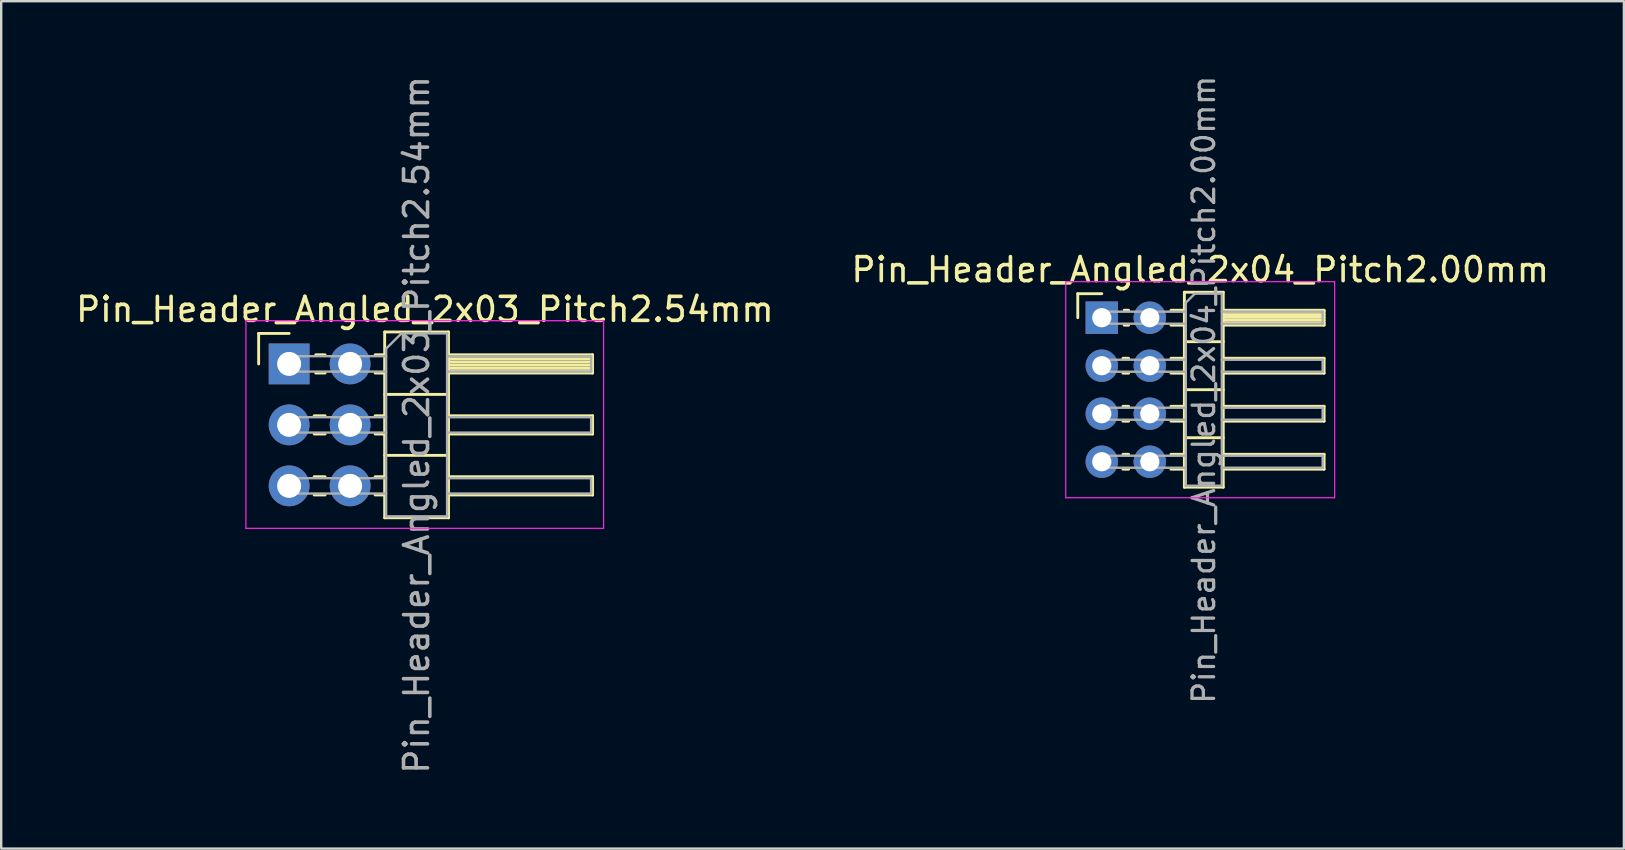
<source format=kicad_pcb>
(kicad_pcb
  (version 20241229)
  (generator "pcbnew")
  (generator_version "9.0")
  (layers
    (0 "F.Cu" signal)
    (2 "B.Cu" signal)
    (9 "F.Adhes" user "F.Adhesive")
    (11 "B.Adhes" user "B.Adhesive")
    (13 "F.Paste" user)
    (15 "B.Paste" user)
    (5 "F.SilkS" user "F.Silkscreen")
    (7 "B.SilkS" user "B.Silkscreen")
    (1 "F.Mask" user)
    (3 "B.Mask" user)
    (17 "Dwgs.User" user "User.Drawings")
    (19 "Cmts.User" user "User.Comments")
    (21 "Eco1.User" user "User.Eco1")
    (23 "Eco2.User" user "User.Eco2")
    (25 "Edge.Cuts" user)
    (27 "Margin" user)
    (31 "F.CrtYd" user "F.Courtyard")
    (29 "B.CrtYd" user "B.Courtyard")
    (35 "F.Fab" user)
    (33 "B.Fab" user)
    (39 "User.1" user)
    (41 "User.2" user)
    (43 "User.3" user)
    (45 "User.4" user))
  (footprint "Pin_Header_Angled_2x03_Pitch2.54mm"
    (layer "F.Cu")
    (at 8.994 12.109)
    (property "Reference" "Pin_Header_Angled_2x03_Pitch2.54mm" (at 5.655 -2.27 0) (layer "F.SilkS") (effects (font (size 1 1) (thickness 0.15))))
    (attr through_hole)
    (fp_line (start -1.27 -1.27) (end 0 -1.27) (stroke (width 0.12) (type solid)) (layer "F.SilkS"))
    (fp_line (start -1.27 0) (end -1.27 -1.27) (stroke (width 0.12) (type solid)) (layer "F.SilkS"))
    (fp_line (start 1.043 2.16) (end 1.497 2.16) (stroke (width 0.12) (type solid)) (layer "F.SilkS"))
    (fp_line (start 1.043 2.92) (end 1.497 2.92) (stroke (width 0.12) (type solid)) (layer "F.SilkS"))
    (fp_line (start 1.043 4.7) (end 1.497 4.7) (stroke (width 0.12) (type solid)) (layer "F.SilkS"))
    (fp_line (start 1.043 5.46) (end 1.497 5.46) (stroke (width 0.12) (type solid)) (layer "F.SilkS"))
    (fp_line (start 1.11 -0.38) (end 1.497 -0.38) (stroke (width 0.12) (type solid)) (layer "F.SilkS"))
    (fp_line (start 1.11 0.38) (end 1.497 0.38) (stroke (width 0.12) (type solid)) (layer "F.SilkS"))
    (fp_line (start 3.583 -0.38) (end 3.98 -0.38) (stroke (width 0.12) (type solid)) (layer "F.SilkS"))
    (fp_line (start 3.583 0.38) (end 3.98 0.38) (stroke (width 0.12) (type solid)) (layer "F.SilkS"))
    (fp_line (start 3.583 2.16) (end 3.98 2.16) (stroke (width 0.12) (type solid)) (layer "F.SilkS"))
    (fp_line (start 3.583 2.92) (end 3.98 2.92) (stroke (width 0.12) (type solid)) (layer "F.SilkS"))
    (fp_line (start 3.583 4.7) (end 3.98 4.7) (stroke (width 0.12) (type solid)) (layer "F.SilkS"))
    (fp_line (start 3.583 5.46) (end 3.98 5.46) (stroke (width 0.12) (type solid)) (layer "F.SilkS"))
    (fp_line (start 3.98 -1.33) (end 3.98 6.41) (stroke (width 0.12) (type solid)) (layer "F.SilkS"))
    (fp_line (start 3.98 1.27) (end 6.64 1.27) (stroke (width 0.12) (type solid)) (layer "F.SilkS"))
    (fp_line (start 3.98 3.81) (end 6.64 3.81) (stroke (width 0.12) (type solid)) (layer "F.SilkS"))
    (fp_line (start 3.98 6.41) (end 6.64 6.41) (stroke (width 0.12) (type solid)) (layer "F.SilkS"))
    (fp_line (start 6.64 -1.33) (end 3.98 -1.33) (stroke (width 0.12) (type solid)) (layer "F.SilkS"))
    (fp_line (start 6.64 -0.38) (end 12.64 -0.38) (stroke (width 0.12) (type solid)) (layer "F.SilkS"))
    (fp_line (start 6.64 -0.32) (end 12.64 -0.32) (stroke (width 0.12) (type solid)) (layer "F.SilkS"))
    (fp_line (start 6.64 -0.2) (end 12.64 -0.2) (stroke (width 0.12) (type solid)) (layer "F.SilkS"))
    (fp_line (start 6.64 -0.08) (end 12.64 -0.08) (stroke (width 0.12) (type solid)) (layer "F.SilkS"))
    (fp_line (start 6.64 0.04) (end 12.64 0.04) (stroke (width 0.12) (type solid)) (layer "F.SilkS"))
    (fp_line (start 6.64 0.16) (end 12.64 0.16) (stroke (width 0.12) (type solid)) (layer "F.SilkS"))
    (fp_line (start 6.64 0.28) (end 12.64 0.28) (stroke (width 0.12) (type solid)) (layer "F.SilkS"))
    (fp_line (start 6.64 2.16) (end 12.64 2.16) (stroke (width 0.12) (type solid)) (layer "F.SilkS"))
    (fp_line (start 6.64 4.7) (end 12.64 4.7) (stroke (width 0.12) (type solid)) (layer "F.SilkS"))
    (fp_line (start 6.64 6.41) (end 6.64 -1.33) (stroke (width 0.12) (type solid)) (layer "F.SilkS"))
    (fp_line (start 12.64 -0.38) (end 12.64 0.38) (stroke (width 0.12) (type solid)) (layer "F.SilkS"))
    (fp_line (start 12.64 0.38) (end 6.64 0.38) (stroke (width 0.12) (type solid)) (layer "F.SilkS"))
    (fp_line (start 12.64 2.16) (end 12.64 2.92) (stroke (width 0.12) (type solid)) (layer "F.SilkS"))
    (fp_line (start 12.64 2.92) (end 6.64 2.92) (stroke (width 0.12) (type solid)) (layer "F.SilkS"))
    (fp_line (start 12.64 4.7) (end 12.64 5.46) (stroke (width 0.12) (type solid)) (layer "F.SilkS"))
    (fp_line (start 12.64 5.46) (end 6.64 5.46) (stroke (width 0.12) (type solid)) (layer "F.SilkS"))
    (fp_line (start -1.8 -1.8) (end -1.8 6.85) (stroke (width 0.05) (type solid)) (layer "F.CrtYd"))
    (fp_line (start -1.8 6.85) (end 13.1 6.85) (stroke (width 0.05) (type solid)) (layer "F.CrtYd"))
    (fp_line (start 13.1 -1.8) (end -1.8 -1.8) (stroke (width 0.05) (type solid)) (layer "F.CrtYd"))
    (fp_line (start 13.1 6.85) (end 13.1 -1.8) (stroke (width 0.05) (type solid)) (layer "F.CrtYd"))
    (fp_line (start -0.32 -0.32) (end -0.32 0.32) (stroke (width 0.1) (type solid)) (layer "F.Fab"))
    (fp_line (start -0.32 -0.32) (end 4.04 -0.32) (stroke (width 0.1) (type solid)) (layer "F.Fab"))
    (fp_line (start -0.32 0.32) (end 4.04 0.32) (stroke (width 0.1) (type solid)) (layer "F.Fab"))
    (fp_line (start -0.32 2.22) (end -0.32 2.86) (stroke (width 0.1) (type solid)) (layer "F.Fab"))
    (fp_line (start -0.32 2.22) (end 4.04 2.22) (stroke (width 0.1) (type solid)) (layer "F.Fab"))
    (fp_line (start -0.32 2.86) (end 4.04 2.86) (stroke (width 0.1) (type solid)) (layer "F.Fab"))
    (fp_line (start -0.32 4.76) (end -0.32 5.4) (stroke (width 0.1) (type solid)) (layer "F.Fab"))
    (fp_line (start -0.32 4.76) (end 4.04 4.76) (stroke (width 0.1) (type solid)) (layer "F.Fab"))
    (fp_line (start -0.32 5.4) (end 4.04 5.4) (stroke (width 0.1) (type solid)) (layer "F.Fab"))
    (fp_line (start 4.04 -0.635) (end 4.675 -1.27) (stroke (width 0.1) (type solid)) (layer "F.Fab"))
    (fp_line (start 4.04 6.35) (end 4.04 -0.635) (stroke (width 0.1) (type solid)) (layer "F.Fab"))
    (fp_line (start 4.675 -1.27) (end 6.58 -1.27) (stroke (width 0.1) (type solid)) (layer "F.Fab"))
    (fp_line (start 6.58 -1.27) (end 6.58 6.35) (stroke (width 0.1) (type solid)) (layer "F.Fab"))
    (fp_line (start 6.58 -0.32) (end 12.58 -0.32) (stroke (width 0.1) (type solid)) (layer "F.Fab"))
    (fp_line (start 6.58 0.32) (end 12.58 0.32) (stroke (width 0.1) (type solid)) (layer "F.Fab"))
    (fp_line (start 6.58 2.22) (end 12.58 2.22) (stroke (width 0.1) (type solid)) (layer "F.Fab"))
    (fp_line (start 6.58 2.86) (end 12.58 2.86) (stroke (width 0.1) (type solid)) (layer "F.Fab"))
    (fp_line (start 6.58 4.76) (end 12.58 4.76) (stroke (width 0.1) (type solid)) (layer "F.Fab"))
    (fp_line (start 6.58 5.4) (end 12.58 5.4) (stroke (width 0.1) (type solid)) (layer "F.Fab"))
    (fp_line (start 6.58 6.35) (end 4.04 6.35) (stroke (width 0.1) (type solid)) (layer "F.Fab"))
    (fp_line (start 12.58 -0.32) (end 12.58 0.32) (stroke (width 0.1) (type solid)) (layer "F.Fab"))
    (fp_line (start 12.58 2.22) (end 12.58 2.86) (stroke (width 0.1) (type solid)) (layer "F.Fab"))
    (fp_line (start 12.58 4.76) (end 12.58 5.4) (stroke (width 0.1) (type solid)) (layer "F.Fab"))
    (fp_text user "${REFERENCE}" (at 5.31 2.54 90) (layer "F.Fab") (effects (font (size 1 1) (thickness 0.15))))
    (pad "1" thru_hole rect (at 0 0) (size 1.7 1.7) (drill 1) (layers "*.Cu" "*.Mask"))
    (pad "2" thru_hole oval (at 2.54 0) (size 1.7 1.7) (drill 1) (layers "*.Cu" "*.Mask"))
    (pad "3" thru_hole oval (at 0 2.54) (size 1.7 1.7) (drill 1) (layers "*.Cu" "*.Mask"))
    (pad "4" thru_hole oval (at 2.54 2.54) (size 1.7 1.7) (drill 1) (layers "*.Cu" "*.Mask"))
    (pad "5" thru_hole oval (at 0 5.08) (size 1.7 1.7) (drill 1) (layers "*.Cu" "*.Mask"))
    (pad "6" thru_hole oval (at 2.54 5.08) (size 1.7 1.7) (drill 1) (layers "*.Cu" "*.Mask")))
  (footprint "Pin_Header_Angled_2x04_Pitch2.00mm"
    (layer "F.Cu")
    (at 42.846 10.184)
    (property "Reference" "Pin_Header_Angled_2x04_Pitch2.00mm" (at 4.1 -2 0) (layer "F.SilkS") (effects (font (size 1 1) (thickness 0.15))))
    (attr through_hole)
    (fp_line (start -1 -1) (end 0 -1) (stroke (width 0.12) (type solid)) (layer "F.SilkS"))
    (fp_line (start -1 0) (end -1 -1) (stroke (width 0.12) (type solid)) (layer "F.SilkS"))
    (fp_line (start 0.882 1.69) (end 1.118 1.69) (stroke (width 0.12) (type solid)) (layer "F.SilkS"))
    (fp_line (start 0.882 2.31) (end 1.118 2.31) (stroke (width 0.12) (type solid)) (layer "F.SilkS"))
    (fp_line (start 0.882 3.69) (end 1.118 3.69) (stroke (width 0.12) (type solid)) (layer "F.SilkS"))
    (fp_line (start 0.882 4.31) (end 1.118 4.31) (stroke (width 0.12) (type solid)) (layer "F.SilkS"))
    (fp_line (start 0.882 5.69) (end 1.118 5.69) (stroke (width 0.12) (type solid)) (layer "F.SilkS"))
    (fp_line (start 0.882 6.31) (end 1.118 6.31) (stroke (width 0.12) (type solid)) (layer "F.SilkS"))
    (fp_line (start 0.935 -0.31) (end 1.118 -0.31) (stroke (width 0.12) (type solid)) (layer "F.SilkS"))
    (fp_line (start 0.935 0.31) (end 1.118 0.31) (stroke (width 0.12) (type solid)) (layer "F.SilkS"))
    (fp_line (start 2.882 -0.31) (end 3.44 -0.31) (stroke (width 0.12) (type solid)) (layer "F.SilkS"))
    (fp_line (start 2.882 0.31) (end 3.44 0.31) (stroke (width 0.12) (type solid)) (layer "F.SilkS"))
    (fp_line (start 2.882 1.69) (end 3.44 1.69) (stroke (width 0.12) (type solid)) (layer "F.SilkS"))
    (fp_line (start 2.882 2.31) (end 3.44 2.31) (stroke (width 0.12) (type solid)) (layer "F.SilkS"))
    (fp_line (start 2.882 3.69) (end 3.44 3.69) (stroke (width 0.12) (type solid)) (layer "F.SilkS"))
    (fp_line (start 2.882 4.31) (end 3.44 4.31) (stroke (width 0.12) (type solid)) (layer "F.SilkS"))
    (fp_line (start 2.882 5.69) (end 3.44 5.69) (stroke (width 0.12) (type solid)) (layer "F.SilkS"))
    (fp_line (start 2.882 6.31) (end 3.44 6.31) (stroke (width 0.12) (type solid)) (layer "F.SilkS"))
    (fp_line (start 3.44 -1.06) (end 3.44 7.06) (stroke (width 0.12) (type solid)) (layer "F.SilkS"))
    (fp_line (start 3.44 1) (end 5.06 1) (stroke (width 0.12) (type solid)) (layer "F.SilkS"))
    (fp_line (start 3.44 3) (end 5.06 3) (stroke (width 0.12) (type solid)) (layer "F.SilkS"))
    (fp_line (start 3.44 5) (end 5.06 5) (stroke (width 0.12) (type solid)) (layer "F.SilkS"))
    (fp_line (start 3.44 7.06) (end 5.06 7.06) (stroke (width 0.12) (type solid)) (layer "F.SilkS"))
    (fp_line (start 5.06 -1.06) (end 3.44 -1.06) (stroke (width 0.12) (type solid)) (layer "F.SilkS"))
    (fp_line (start 5.06 -0.31) (end 9.26 -0.31) (stroke (width 0.12) (type solid)) (layer "F.SilkS"))
    (fp_line (start 5.06 -0.25) (end 9.26 -0.25) (stroke (width 0.12) (type solid)) (layer "F.SilkS"))
    (fp_line (start 5.06 -0.13) (end 9.26 -0.13) (stroke (width 0.12) (type solid)) (layer "F.SilkS"))
    (fp_line (start 5.06 -0.01) (end 9.26 -0.01) (stroke (width 0.12) (type solid)) (layer "F.SilkS"))
    (fp_line (start 5.06 0.11) (end 9.26 0.11) (stroke (width 0.12) (type solid)) (layer "F.SilkS"))
    (fp_line (start 5.06 0.23) (end 9.26 0.23) (stroke (width 0.12) (type solid)) (layer "F.SilkS"))
    (fp_line (start 5.06 1.69) (end 9.26 1.69) (stroke (width 0.12) (type solid)) (layer "F.SilkS"))
    (fp_line (start 5.06 3.69) (end 9.26 3.69) (stroke (width 0.12) (type solid)) (layer "F.SilkS"))
    (fp_line (start 5.06 5.69) (end 9.26 5.69) (stroke (width 0.12) (type solid)) (layer "F.SilkS"))
    (fp_line (start 5.06 7.06) (end 5.06 -1.06) (stroke (width 0.12) (type solid)) (layer "F.SilkS"))
    (fp_line (start 9.26 -0.31) (end 9.26 0.31) (stroke (width 0.12) (type solid)) (layer "F.SilkS"))
    (fp_line (start 9.26 0.31) (end 5.06 0.31) (stroke (width 0.12) (type solid)) (layer "F.SilkS"))
    (fp_line (start 9.26 1.69) (end 9.26 2.31) (stroke (width 0.12) (type solid)) (layer "F.SilkS"))
    (fp_line (start 9.26 2.31) (end 5.06 2.31) (stroke (width 0.12) (type solid)) (layer "F.SilkS"))
    (fp_line (start 9.26 3.69) (end 9.26 4.31) (stroke (width 0.12) (type solid)) (layer "F.SilkS"))
    (fp_line (start 9.26 4.31) (end 5.06 4.31) (stroke (width 0.12) (type solid)) (layer "F.SilkS"))
    (fp_line (start 9.26 5.69) (end 9.26 6.31) (stroke (width 0.12) (type solid)) (layer "F.SilkS"))
    (fp_line (start 9.26 6.31) (end 5.06 6.31) (stroke (width 0.12) (type solid)) (layer "F.SilkS"))
    (fp_line (start -1.5 -1.5) (end -1.5 7.5) (stroke (width 0.05) (type solid)) (layer "F.CrtYd"))
    (fp_line (start -1.5 7.5) (end 9.7 7.5) (stroke (width 0.05) (type solid)) (layer "F.CrtYd"))
    (fp_line (start 9.7 -1.5) (end -1.5 -1.5) (stroke (width 0.05) (type solid)) (layer "F.CrtYd"))
    (fp_line (start 9.7 7.5) (end 9.7 -1.5) (stroke (width 0.05) (type solid)) (layer "F.CrtYd"))
    (fp_line (start -0.25 -0.25) (end -0.25 0.25) (stroke (width 0.1) (type solid)) (layer "F.Fab"))
    (fp_line (start -0.25 -0.25) (end 3.5 -0.25) (stroke (width 0.1) (type solid)) (layer "F.Fab"))
    (fp_line (start -0.25 0.25) (end 3.5 0.25) (stroke (width 0.1) (type solid)) (layer "F.Fab"))
    (fp_line (start -0.25 1.75) (end -0.25 2.25) (stroke (width 0.1) (type solid)) (layer "F.Fab"))
    (fp_line (start -0.25 1.75) (end 3.5 1.75) (stroke (width 0.1) (type solid)) (layer "F.Fab"))
    (fp_line (start -0.25 2.25) (end 3.5 2.25) (stroke (width 0.1) (type solid)) (layer "F.Fab"))
    (fp_line (start -0.25 3.75) (end -0.25 4.25) (stroke (width 0.1) (type solid)) (layer "F.Fab"))
    (fp_line (start -0.25 3.75) (end 3.5 3.75) (stroke (width 0.1) (type solid)) (layer "F.Fab"))
    (fp_line (start -0.25 4.25) (end 3.5 4.25) (stroke (width 0.1) (type solid)) (layer "F.Fab"))
    (fp_line (start -0.25 5.75) (end -0.25 6.25) (stroke (width 0.1) (type solid)) (layer "F.Fab"))
    (fp_line (start -0.25 5.75) (end 3.5 5.75) (stroke (width 0.1) (type solid)) (layer "F.Fab"))
    (fp_line (start -0.25 6.25) (end 3.5 6.25) (stroke (width 0.1) (type solid)) (layer "F.Fab"))
    (fp_line (start 3.5 -0.625) (end 3.875 -1) (stroke (width 0.1) (type solid)) (layer "F.Fab"))
    (fp_line (start 3.5 7) (end 3.5 -0.625) (stroke (width 0.1) (type solid)) (layer "F.Fab"))
    (fp_line (start 3.875 -1) (end 5 -1) (stroke (width 0.1) (type solid)) (layer "F.Fab"))
    (fp_line (start 5 -1) (end 5 7) (stroke (width 0.1) (type solid)) (layer "F.Fab"))
    (fp_line (start 5 -0.25) (end 9.2 -0.25) (stroke (width 0.1) (type solid)) (layer "F.Fab"))
    (fp_line (start 5 0.25) (end 9.2 0.25) (stroke (width 0.1) (type solid)) (layer "F.Fab"))
    (fp_line (start 5 1.75) (end 9.2 1.75) (stroke (width 0.1) (type solid)) (layer "F.Fab"))
    (fp_line (start 5 2.25) (end 9.2 2.25) (stroke (width 0.1) (type solid)) (layer "F.Fab"))
    (fp_line (start 5 3.75) (end 9.2 3.75) (stroke (width 0.1) (type solid)) (layer "F.Fab"))
    (fp_line (start 5 4.25) (end 9.2 4.25) (stroke (width 0.1) (type solid)) (layer "F.Fab"))
    (fp_line (start 5 5.75) (end 9.2 5.75) (stroke (width 0.1) (type solid)) (layer "F.Fab"))
    (fp_line (start 5 6.25) (end 9.2 6.25) (stroke (width 0.1) (type solid)) (layer "F.Fab"))
    (fp_line (start 5 7) (end 3.5 7) (stroke (width 0.1) (type solid)) (layer "F.Fab"))
    (fp_line (start 9.2 -0.25) (end 9.2 0.25) (stroke (width 0.1) (type solid)) (layer "F.Fab"))
    (fp_line (start 9.2 1.75) (end 9.2 2.25) (stroke (width 0.1) (type solid)) (layer "F.Fab"))
    (fp_line (start 9.2 3.75) (end 9.2 4.25) (stroke (width 0.1) (type solid)) (layer "F.Fab"))
    (fp_line (start 9.2 5.75) (end 9.2 6.25) (stroke (width 0.1) (type solid)) (layer "F.Fab"))
    (fp_text user "${REFERENCE}" (at 4.25 3 90) (layer "F.Fab") (effects (font (size 0.9 0.9) (thickness 0.135))))
    (pad "1" thru_hole rect (at 0 0) (size 1.35 1.35) (drill 0.8) (layers "*.Cu" "*.Mask"))
    (pad "2" thru_hole oval (at 2 0) (size 1.35 1.35) (drill 0.8) (layers "*.Cu" "*.Mask"))
    (pad "3" thru_hole oval (at 0 2) (size 1.35 1.35) (drill 0.8) (layers "*.Cu" "*.Mask"))
    (pad "4" thru_hole oval (at 2 2) (size 1.35 1.35) (drill 0.8) (layers "*.Cu" "*.Mask"))
    (pad "5" thru_hole oval (at 0 4) (size 1.35 1.35) (drill 0.8) (layers "*.Cu" "*.Mask"))
    (pad "6" thru_hole oval (at 2 4) (size 1.35 1.35) (drill 0.8) (layers "*.Cu" "*.Mask"))
    (pad "7" thru_hole oval (at 0 6) (size 1.35 1.35) (drill 0.8) (layers "*.Cu" "*.Mask"))
    (pad "8" thru_hole oval (at 2 6) (size 1.35 1.35) (drill 0.8) (layers "*.Cu" "*.Mask")))
  (gr_rect
    (start -3 -3)
    (end 64.595 32.298)
    (stroke (width 0.1) (type default))
    (fill no)
    (layer "Edge.Cuts")))
</source>
